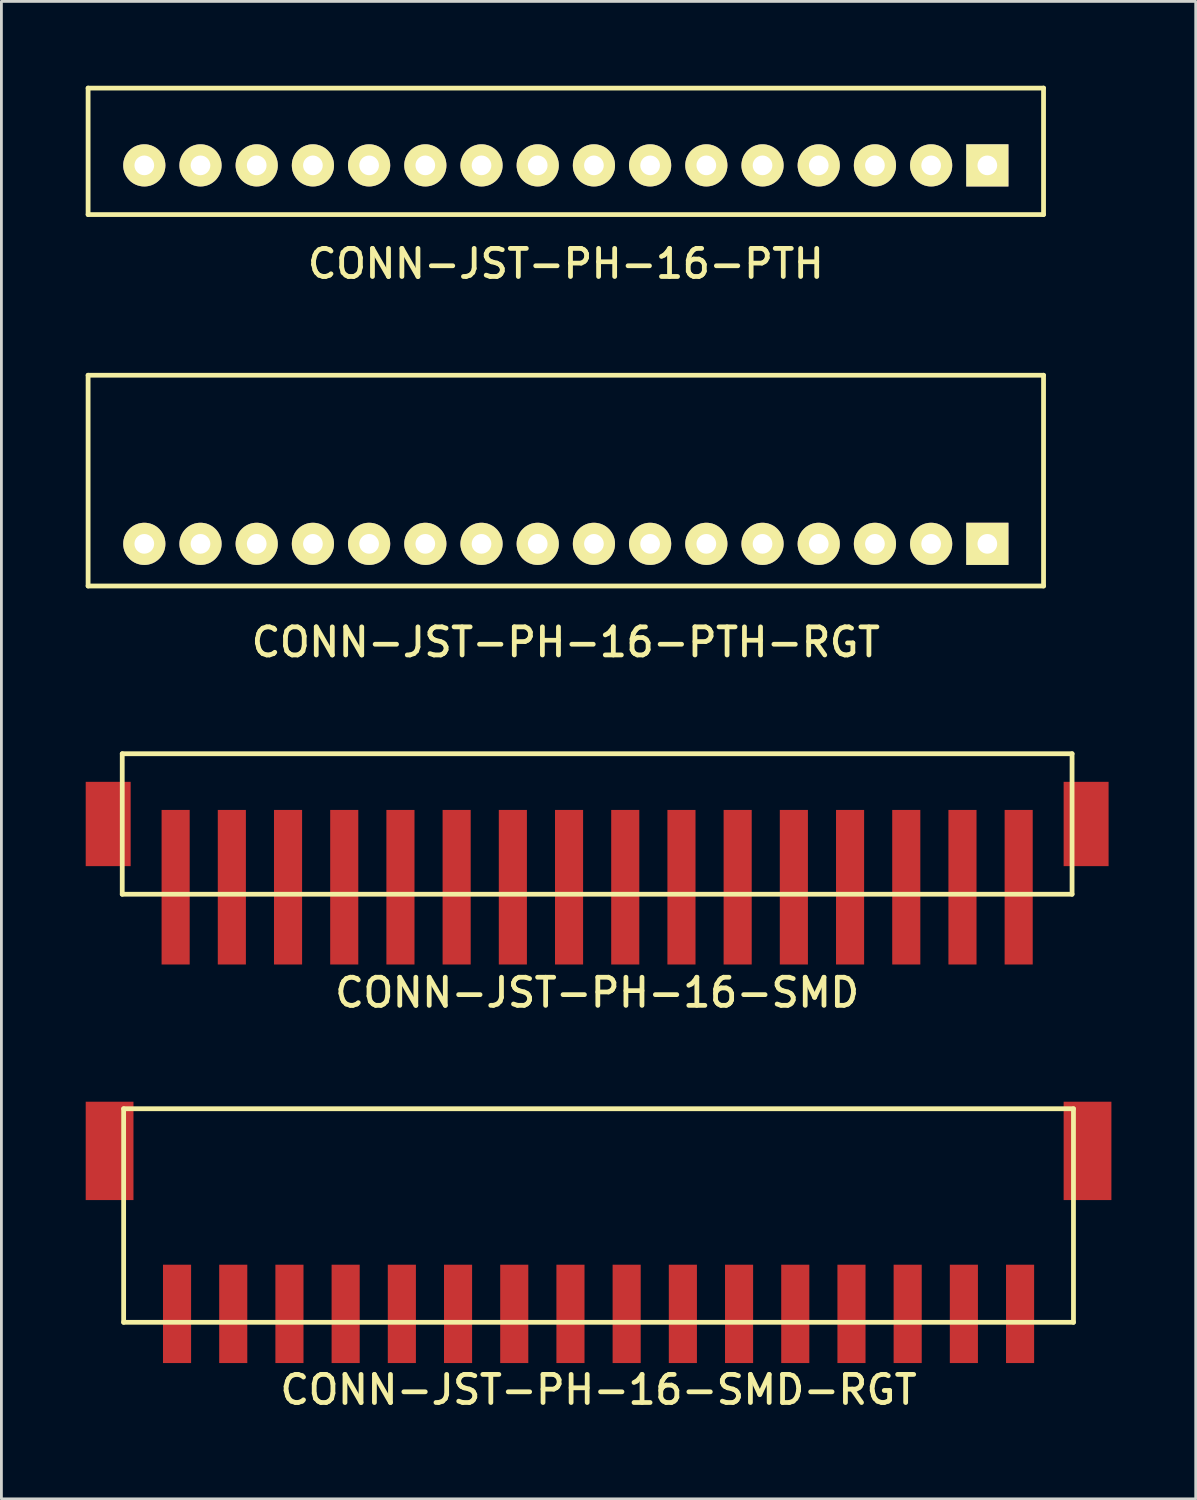
<source format=kicad_pcb>
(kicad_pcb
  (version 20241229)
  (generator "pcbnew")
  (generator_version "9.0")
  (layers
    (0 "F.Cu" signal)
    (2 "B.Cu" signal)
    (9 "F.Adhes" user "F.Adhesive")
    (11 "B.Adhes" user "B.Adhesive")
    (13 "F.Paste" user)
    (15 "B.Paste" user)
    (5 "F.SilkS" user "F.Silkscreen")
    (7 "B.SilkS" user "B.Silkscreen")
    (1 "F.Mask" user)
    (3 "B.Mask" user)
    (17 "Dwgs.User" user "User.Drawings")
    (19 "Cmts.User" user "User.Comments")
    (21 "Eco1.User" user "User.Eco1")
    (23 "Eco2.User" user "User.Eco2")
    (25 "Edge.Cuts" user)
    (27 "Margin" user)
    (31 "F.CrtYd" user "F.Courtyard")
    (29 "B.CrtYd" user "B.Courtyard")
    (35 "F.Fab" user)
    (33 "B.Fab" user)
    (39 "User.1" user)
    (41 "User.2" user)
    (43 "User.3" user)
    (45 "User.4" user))
  (footprint "CONN-JST-PH-16-PTH"
    (layer "F.Cu")
    (at 17.085 2.835)
    (property "Reference" "CONN-JST-PH-16-PTH" (at 0 3.5 0) (layer "F.SilkS") (effects (font (size 1 1) (thickness 0.17))))
    (attr through_hole)
    (fp_line (start -17 -2.75) (end 17 -2.75) (stroke (width 0.17) (type solid)) (layer "F.SilkS"))
    (fp_line (start -17 1.75) (end -17 -2.75) (stroke (width 0.17) (type solid)) (layer "F.SilkS"))
    (fp_line (start -17 1.75) (end 17 1.75) (stroke (width 0.17) (type solid)) (layer "F.SilkS"))
    (fp_line (start 17 1.75) (end 17 -2.75) (stroke (width 0.17) (type solid)) (layer "F.SilkS"))
    (pad "1" thru_hole rect (at 15 0) (size 1.5 1.5) (drill 0.7) (layers "*.Cu" "*.Mask" "F.SilkS"))
    (pad "2" thru_hole circle (at 13 0) (size 1.5 1.5) (drill 0.7) (layers "*.Cu" "*.Mask" "F.SilkS"))
    (pad "3" thru_hole circle (at 11 0) (size 1.5 1.5) (drill 0.7) (layers "*.Cu" "*.Mask" "F.SilkS"))
    (pad "4" thru_hole circle (at 9 0) (size 1.5 1.5) (drill 0.7) (layers "*.Cu" "*.Mask" "F.SilkS"))
    (pad "5" thru_hole circle (at 7 0) (size 1.5 1.5) (drill 0.7) (layers "*.Cu" "*.Mask" "F.SilkS"))
    (pad "6" thru_hole circle (at 5 0) (size 1.5 1.5) (drill 0.7) (layers "*.Cu" "*.Mask" "F.SilkS"))
    (pad "7" thru_hole circle (at 3 0) (size 1.5 1.5) (drill 0.7) (layers "*.Cu" "*.Mask" "F.SilkS"))
    (pad "8" thru_hole circle (at 1 0) (size 1.5 1.5) (drill 0.7) (layers "*.Cu" "*.Mask" "F.SilkS"))
    (pad "9" thru_hole circle (at -1 0) (size 1.5 1.5) (drill 0.7) (layers "*.Cu" "*.Mask" "F.SilkS"))
    (pad "10" thru_hole circle (at -3 0) (size 1.5 1.5) (drill 0.7) (layers "*.Cu" "*.Mask" "F.SilkS"))
    (pad "11" thru_hole circle (at -5 0) (size 1.5 1.5) (drill 0.7) (layers "*.Cu" "*.Mask" "F.SilkS"))
    (pad "12" thru_hole circle (at -7 0) (size 1.5 1.5) (drill 0.7) (layers "*.Cu" "*.Mask" "F.SilkS"))
    (pad "13" thru_hole circle (at -9 0) (size 1.5 1.5) (drill 0.7) (layers "*.Cu" "*.Mask" "F.SilkS"))
    (pad "14" thru_hole circle (at -11 0) (size 1.5 1.5) (drill 0.7) (layers "*.Cu" "*.Mask" "F.SilkS"))
    (pad "15" thru_hole circle (at -13 0) (size 1.5 1.5) (drill 0.7) (layers "*.Cu" "*.Mask" "F.SilkS"))
    (pad "16" thru_hole circle (at -15 0) (size 1.5 1.5) (drill 0.7) (layers "*.Cu" "*.Mask" "F.SilkS")))
  (footprint "CONN-JST-PH-16-SMD"
    (layer "F.Cu")
    (at 18.2 31.272)
    (property "Reference" "CONN-JST-PH-16-SMD" (at 0 1 0) (layer "F.SilkS") (effects (font (size 1 1) (thickness 0.17))))
    (attr through_hole)
    (fp_line (start -16.9 -7.5) (end 16.9 -7.5) (stroke (width 0.17) (type solid)) (layer "F.SilkS"))
    (fp_line (start -16.9 -2.5) (end -16.9 -7.5) (stroke (width 0.17) (type solid)) (layer "F.SilkS"))
    (fp_line (start -16.9 -2.5) (end 16.9 -2.5) (stroke (width 0.17) (type solid)) (layer "F.SilkS"))
    (fp_line (start 16.9 -2.5) (end 16.9 -7.5) (stroke (width 0.17) (type solid)) (layer "F.SilkS"))
    (pad "1" smd rect (at -15 -2.75) (size 1 5.5) (layers "F.Cu" "F.Mask" "F.Paste"))
    (pad "2" smd rect (at -13 -2.75) (size 1 5.5) (layers "F.Cu" "F.Mask" "F.Paste"))
    (pad "3" smd rect (at -11 -2.75) (size 1 5.5) (layers "F.Cu" "F.Mask" "F.Paste"))
    (pad "4" smd rect (at -9 -2.75) (size 1 5.5) (layers "F.Cu" "F.Mask" "F.Paste"))
    (pad "5" smd rect (at -7 -2.75) (size 1 5.5) (layers "F.Cu" "F.Mask" "F.Paste"))
    (pad "6" smd rect (at -5 -2.75) (size 1 5.5) (layers "F.Cu" "F.Mask" "F.Paste"))
    (pad "7" smd rect (at -3 -2.75) (size 1 5.5) (layers "F.Cu" "F.Mask" "F.Paste"))
    (pad "8" smd rect (at -1 -2.75) (size 1 5.5) (layers "F.Cu" "F.Mask" "F.Paste"))
    (pad "9" smd rect (at 1 -2.75) (size 1 5.5) (layers "F.Cu" "F.Mask" "F.Paste"))
    (pad "10" smd rect (at 3 -2.75) (size 1 5.5) (layers "F.Cu" "F.Mask" "F.Paste"))
    (pad "11" smd rect (at 5 -2.75) (size 1 5.5) (layers "F.Cu" "F.Mask" "F.Paste"))
    (pad "12" smd rect (at 7 -2.75) (size 1 5.5) (layers "F.Cu" "F.Mask" "F.Paste"))
    (pad "13" smd rect (at 9 -2.75) (size 1 5.5) (layers "F.Cu" "F.Mask" "F.Paste"))
    (pad "14" smd rect (at 11 -2.75) (size 1 5.5) (layers "F.Cu" "F.Mask" "F.Paste"))
    (pad "15" smd rect (at 13 -2.75) (size 1 5.5) (layers "F.Cu" "F.Mask" "F.Paste"))
    (pad "16" smd rect (at 15 -2.75) (size 1 5.5) (layers "F.Cu" "F.Mask" "F.Paste"))
    (pad "M1" smd rect (at -17.4 -5) (size 1.6 3) (layers "F.Cu" "F.Mask" "F.Paste"))
    (pad "M2" smd rect (at 17.4 -5) (size 1.6 3) (layers "F.Cu" "F.Mask" "F.Paste")))
  (footprint "CONN-JST-PH-16-SMD-RGT"
    (layer "F.Cu")
    (at 18.25 36.405)
    (property "Reference" "CONN-JST-PH-16-SMD-RGT" (at 0 10 0) (layer "F.SilkS") (effects (font (size 1 1) (thickness 0.17))))
    (attr through_hole)
    (fp_line (start -16.9 0) (end 16.9 0) (stroke (width 0.17) (type solid)) (layer "F.SilkS"))
    (fp_line (start -16.9 7.6) (end -16.9 0) (stroke (width 0.17) (type solid)) (layer "F.SilkS"))
    (fp_line (start -16.9 7.6) (end 16.9 7.6) (stroke (width 0.17) (type solid)) (layer "F.SilkS"))
    (fp_line (start 16.9 7.6) (end 16.9 0) (stroke (width 0.17) (type solid)) (layer "F.SilkS"))
    (pad "1" smd rect (at 15 7.3) (size 1 3.5) (layers "F.Cu" "F.Mask" "F.Paste"))
    (pad "2" smd rect (at 13 7.3) (size 1 3.5) (layers "F.Cu" "F.Mask" "F.Paste"))
    (pad "3" smd rect (at 11 7.3) (size 1 3.5) (layers "F.Cu" "F.Mask" "F.Paste"))
    (pad "4" smd rect (at 9 7.3) (size 1 3.5) (layers "F.Cu" "F.Mask" "F.Paste"))
    (pad "5" smd rect (at 7 7.3) (size 1 3.5) (layers "F.Cu" "F.Mask" "F.Paste"))
    (pad "6" smd rect (at 5 7.3) (size 1 3.5) (layers "F.Cu" "F.Mask" "F.Paste"))
    (pad "7" smd rect (at 3 7.3) (size 1 3.5) (layers "F.Cu" "F.Mask" "F.Paste"))
    (pad "8" smd rect (at 1 7.3) (size 1 3.5) (layers "F.Cu" "F.Mask" "F.Paste"))
    (pad "9" smd rect (at -1 7.3) (size 1 3.5) (layers "F.Cu" "F.Mask" "F.Paste"))
    (pad "10" smd rect (at -3 7.3) (size 1 3.5) (layers "F.Cu" "F.Mask" "F.Paste"))
    (pad "11" smd rect (at -5 7.3) (size 1 3.5) (layers "F.Cu" "F.Mask" "F.Paste"))
    (pad "12" smd rect (at -7 7.3) (size 1 3.5) (layers "F.Cu" "F.Mask" "F.Paste"))
    (pad "13" smd rect (at -9 7.3) (size 1 3.5) (layers "F.Cu" "F.Mask" "F.Paste"))
    (pad "14" smd rect (at -11 7.3) (size 1 3.5) (layers "F.Cu" "F.Mask" "F.Paste"))
    (pad "15" smd rect (at -13 7.3) (size 1 3.5) (layers "F.Cu" "F.Mask" "F.Paste"))
    (pad "16" smd rect (at -15 7.3) (size 1 3.5) (layers "F.Cu" "F.Mask" "F.Paste"))
    (pad "M1" smd rect (at 17.4 1.5) (size 1.7 3.5) (layers "F.Cu" "F.Mask" "F.Paste"))
    (pad "M2" smd rect (at -17.4 1.5) (size 1.7 3.5) (layers "F.Cu" "F.Mask" "F.Paste")))
  (footprint "CONN-JST-PH-16-PTH-RGT"
    (layer "F.Cu")
    (at 17.085 16.303)
    (property "Reference" "CONN-JST-PH-16-PTH-RGT" (at 0 3.5 0) (layer "F.SilkS") (effects (font (size 1 1) (thickness 0.17))))
    (attr through_hole)
    (fp_line (start -17 -6) (end 17 -6) (stroke (width 0.17) (type solid)) (layer "F.SilkS"))
    (fp_line (start -17 1.5) (end -17 -6) (stroke (width 0.17) (type solid)) (layer "F.SilkS"))
    (fp_line (start -17 1.5) (end 17 1.5) (stroke (width 0.17) (type solid)) (layer "F.SilkS"))
    (fp_line (start 17 1.5) (end 17 -6) (stroke (width 0.17) (type solid)) (layer "F.SilkS"))
    (pad "1" thru_hole rect (at 15 0) (size 1.5 1.5) (drill 0.7) (layers "*.Cu" "*.Mask" "F.SilkS"))
    (pad "2" thru_hole circle (at 13 0) (size 1.5 1.5) (drill 0.7) (layers "*.Cu" "*.Mask" "F.SilkS"))
    (pad "3" thru_hole circle (at 11 0) (size 1.5 1.5) (drill 0.7) (layers "*.Cu" "*.Mask" "F.SilkS"))
    (pad "4" thru_hole circle (at 9 0) (size 1.5 1.5) (drill 0.7) (layers "*.Cu" "*.Mask" "F.SilkS"))
    (pad "5" thru_hole circle (at 7 0) (size 1.5 1.5) (drill 0.7) (layers "*.Cu" "*.Mask" "F.SilkS"))
    (pad "6" thru_hole circle (at 5 0) (size 1.5 1.5) (drill 0.7) (layers "*.Cu" "*.Mask" "F.SilkS"))
    (pad "7" thru_hole circle (at 3 0) (size 1.5 1.5) (drill 0.7) (layers "*.Cu" "*.Mask" "F.SilkS"))
    (pad "8" thru_hole circle (at 1 0) (size 1.5 1.5) (drill 0.7) (layers "*.Cu" "*.Mask" "F.SilkS"))
    (pad "9" thru_hole circle (at -1 0) (size 1.5 1.5) (drill 0.7) (layers "*.Cu" "*.Mask" "F.SilkS"))
    (pad "10" thru_hole circle (at -3 0) (size 1.5 1.5) (drill 0.7) (layers "*.Cu" "*.Mask" "F.SilkS"))
    (pad "11" thru_hole circle (at -5 0) (size 1.5 1.5) (drill 0.7) (layers "*.Cu" "*.Mask" "F.SilkS"))
    (pad "12" thru_hole circle (at -7 0) (size 1.5 1.5) (drill 0.7) (layers "*.Cu" "*.Mask" "F.SilkS"))
    (pad "13" thru_hole circle (at -9 0) (size 1.5 1.5) (drill 0.7) (layers "*.Cu" "*.Mask" "F.SilkS"))
    (pad "14" thru_hole circle (at -11 0) (size 1.5 1.5) (drill 0.7) (layers "*.Cu" "*.Mask" "F.SilkS"))
    (pad "15" thru_hole circle (at -13 0) (size 1.5 1.5) (drill 0.7) (layers "*.Cu" "*.Mask" "F.SilkS"))
    (pad "16" thru_hole circle (at -15 0) (size 1.5 1.5) (drill 0.7) (layers "*.Cu" "*.Mask" "F.SilkS")))
  (gr_rect
    (start -3 -3)
    (end 39.5 50.288)
    (stroke (width 0.1) (type default))
    (fill no)
    (layer "Edge.Cuts")))
</source>
